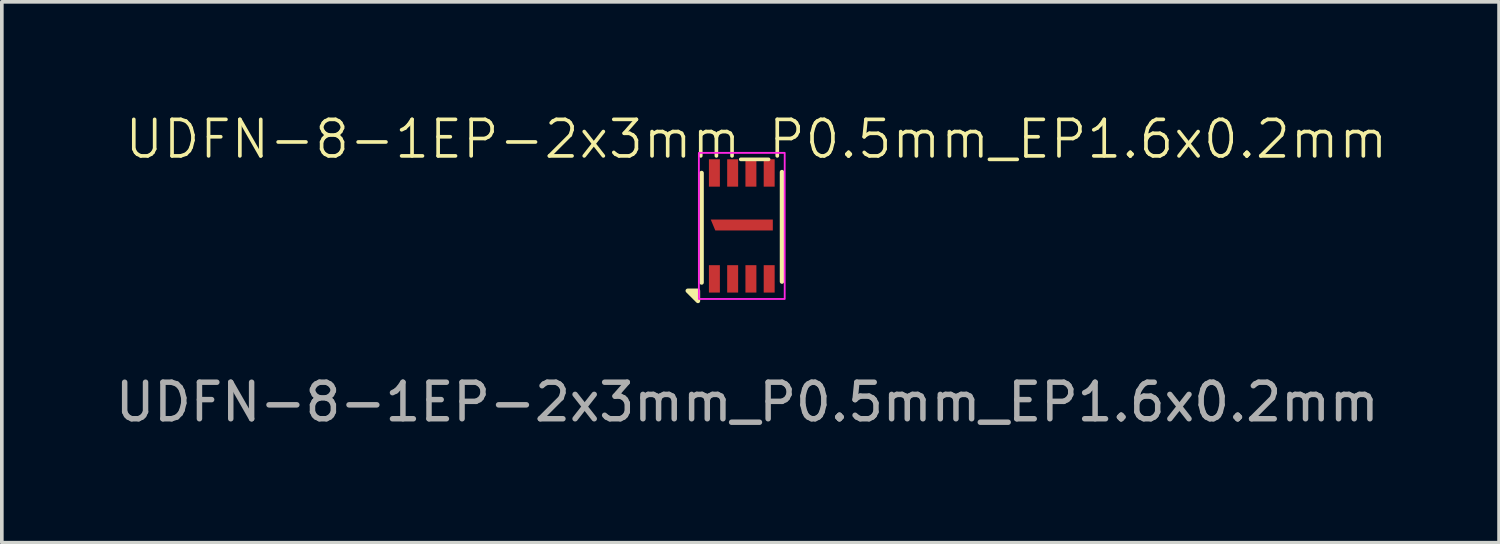
<source format=kicad_pcb>
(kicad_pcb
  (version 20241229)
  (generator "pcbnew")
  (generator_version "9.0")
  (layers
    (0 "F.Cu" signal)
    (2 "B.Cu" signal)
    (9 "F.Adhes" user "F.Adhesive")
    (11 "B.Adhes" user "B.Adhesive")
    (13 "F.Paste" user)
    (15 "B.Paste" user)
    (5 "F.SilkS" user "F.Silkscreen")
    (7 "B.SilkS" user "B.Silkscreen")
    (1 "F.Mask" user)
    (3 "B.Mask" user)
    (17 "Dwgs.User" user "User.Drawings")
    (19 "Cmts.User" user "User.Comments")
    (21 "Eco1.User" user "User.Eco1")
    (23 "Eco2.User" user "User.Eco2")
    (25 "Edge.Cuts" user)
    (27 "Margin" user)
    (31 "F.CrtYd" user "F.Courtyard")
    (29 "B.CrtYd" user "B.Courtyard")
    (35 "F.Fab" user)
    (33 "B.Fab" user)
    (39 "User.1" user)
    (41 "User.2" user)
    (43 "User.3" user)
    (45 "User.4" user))
  (footprint "UDFN-8-1EP-2x3mm_P0.5mm_EP1.6x0.2mm"
    (layer "F.Cu")
    (at 17.261 3.111)
    (property "Reference" "UDFN-8-1EP-2x3mm_P0.5mm_EP1.6x0.2mm" (at 0.4 -2.35 0) (unlocked yes) (layer "F.SilkS") (effects (font (size 1 1) (thickness 0.1))))
    (attr smd)
    (fp_line (start -1.1 1.575) (end -1.1 -1.425) (stroke (width 0.12) (type solid)) (layer "F.SilkS"))
    (fp_line (start 1.1 1.55) (end 1.1 -1.45) (stroke (width 0.12) (type solid)) (layer "F.SilkS"))
    (fp_poly (pts (xy -1.2 1.8) (xy -1.2 2.08) (xy -1.48 1.8) (xy -1.2 1.8)) (stroke (width 0.12) (type solid)) (fill yes) (layer "F.SilkS"))
    (fp_rect (start -1.175 -1.975) (end 1.175 2.025) (stroke (width 0.05) (type default)) (fill no) (layer "F.CrtYd"))
    (fp_text user "${REFERENCE}" (at 0.15 4.85 0) (unlocked yes) (layer "F.Fab") (effects (font (size 1 1) (thickness 0.15))))
    (pad "" smd custom (at 0.075 0) (size 1.45 0.2) (layers "F.Cu" "F.Mask" "F.Paste") (options (anchor rect)) (primitives (gr_poly (pts (xy 0.775 -0.15) (xy 0.775 0.15) (xy -0.8 0.15) (xy -0.925 -0.15)) (width 0) (fill yes))))
    (pad "1" smd rect (at -0.75 1.475 90) (size 0.75 0.3) (layers "F.Cu" "F.Mask" "F.Paste"))
    (pad "2" smd rect (at -0.25 1.475 90) (size 0.75 0.3) (layers "F.Cu" "F.Mask" "F.Paste"))
    (pad "3" smd rect (at 0.25 1.475 90) (size 0.75 0.3) (layers "F.Cu" "F.Mask" "F.Paste"))
    (pad "4" smd rect (at 0.75 1.475 90) (size 0.75 0.3) (layers "F.Cu" "F.Mask" "F.Paste"))
    (pad "5" smd rect (at 0.75 -1.425 90) (size 0.75 0.3) (layers "F.Cu" "F.Mask" "F.Paste"))
    (pad "6" smd rect (at 0.25 -1.425 90) (size 0.75 0.3) (layers "F.Cu" "F.Mask" "F.Paste"))
    (pad "7" smd rect (at -0.25 -1.425 90) (size 0.75 0.3) (layers "F.Cu" "F.Mask" "F.Paste"))
    (pad "8" smd rect (at -0.75 -1.425 90) (size 0.75 0.3) (layers "F.Cu" "F.Mask" "F.Paste")))
  (gr_rect
    (start -3 -3)
    (end 37.996 11.809)
    (stroke (width 0.1) (type default))
    (fill no)
    (layer "Edge.Cuts")))
</source>
